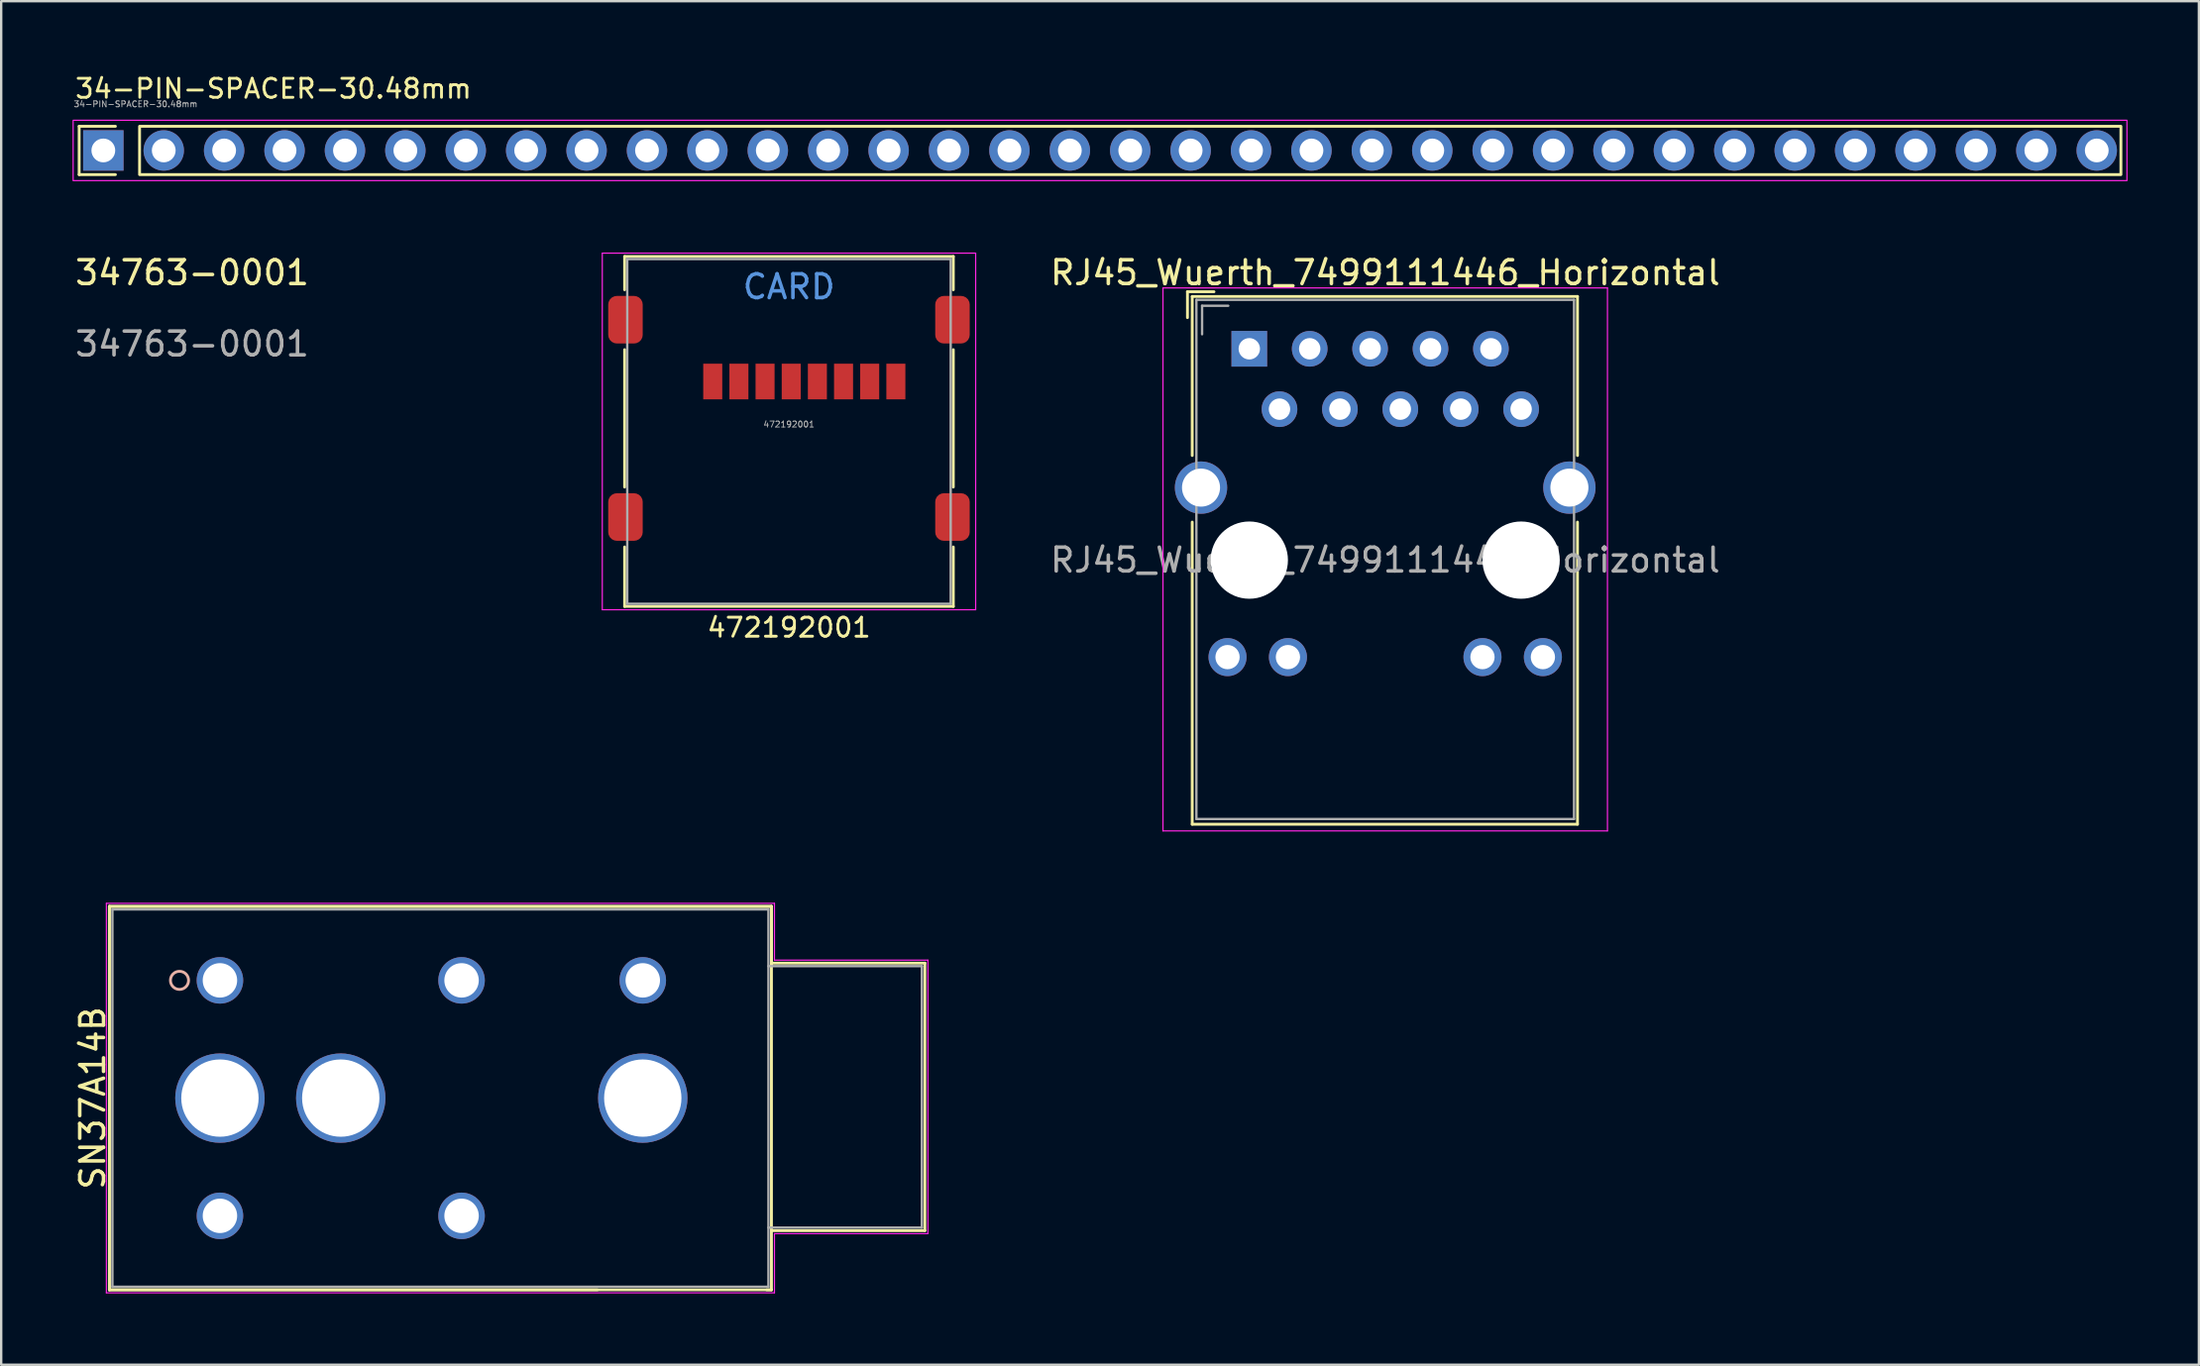
<source format=kicad_pcb>
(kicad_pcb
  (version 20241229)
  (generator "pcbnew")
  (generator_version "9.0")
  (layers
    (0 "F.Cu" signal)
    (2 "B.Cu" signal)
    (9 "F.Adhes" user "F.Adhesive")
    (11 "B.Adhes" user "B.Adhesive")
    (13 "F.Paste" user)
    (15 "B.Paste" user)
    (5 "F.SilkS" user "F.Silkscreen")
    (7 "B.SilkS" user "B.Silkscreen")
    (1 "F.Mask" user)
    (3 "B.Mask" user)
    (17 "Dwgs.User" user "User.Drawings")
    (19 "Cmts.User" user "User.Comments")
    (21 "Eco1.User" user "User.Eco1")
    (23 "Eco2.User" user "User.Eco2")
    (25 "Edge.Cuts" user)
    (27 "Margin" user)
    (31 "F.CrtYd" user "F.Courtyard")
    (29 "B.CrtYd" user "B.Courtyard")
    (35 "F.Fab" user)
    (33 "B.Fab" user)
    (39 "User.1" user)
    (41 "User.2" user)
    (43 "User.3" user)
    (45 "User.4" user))
  (footprint "472192001"
    (layer "F.Cu")
    (at 30.125 15.099)
    (property "Reference" "472192001" (at 0 8.25 0) (unlocked yes) (layer "F.SilkS") (effects (font (size 0.8 0.8) (thickness 0.12))))
    (attr smd)
    (fp_line (start -6.91 -7.36) (end -6.91 -5.96) (stroke (width 0.12) (type solid)) (layer "F.SilkS"))
    (fp_line (start -6.91 -7.36) (end 6.91 -7.36) (stroke (width 0.12) (type solid)) (layer "F.SilkS"))
    (fp_line (start -6.91 2.34) (end -6.91 -3.44) (stroke (width 0.12) (type solid)) (layer "F.SilkS"))
    (fp_line (start -6.91 4.86) (end -6.91 7.36) (stroke (width 0.12) (type solid)) (layer "F.SilkS"))
    (fp_line (start -6.91 7.36) (end 6.91 7.36) (stroke (width 0.12) (type solid)) (layer "F.SilkS"))
    (fp_line (start 6.91 -7.36) (end 6.91 -5.96) (stroke (width 0.12) (type solid)) (layer "F.SilkS"))
    (fp_line (start 6.91 -3.44) (end 6.91 2.34) (stroke (width 0.12) (type solid)) (layer "F.SilkS"))
    (fp_line (start 6.91 4.86) (end 6.91 7.36) (stroke (width 0.12) (type solid)) (layer "F.SilkS"))
    (fp_line (start -7.85 -7.5) (end -7.85 7.5) (stroke (width 0.05) (type solid)) (layer "F.CrtYd"))
    (fp_line (start -7.85 -7.5) (end 7.85 -7.5) (stroke (width 0.05) (type solid)) (layer "F.CrtYd"))
    (fp_line (start -7.85 7.5) (end 7.85 7.5) (stroke (width 0.05) (type solid)) (layer "F.CrtYd"))
    (fp_line (start 7.85 -7.5) (end 7.85 7.5) (stroke (width 0.05) (type solid)) (layer "F.CrtYd"))
    (fp_line (start -6.8 -7.25) (end 6.8 -7.25) (stroke (width 0.1) (type solid)) (layer "F.Fab"))
    (fp_line (start -6.8 7.25) (end -6.8 -7.25) (stroke (width 0.1) (type solid)) (layer "F.Fab"))
    (fp_line (start -6.8 7.25) (end 6.8 7.25) (stroke (width 0.1) (type solid)) (layer "F.Fab"))
    (fp_line (start 6.8 -7.25) (end 6.8 7.25) (stroke (width 0.1) (type solid)) (layer "F.Fab"))
    (fp_text user "CARD" (at 0 -5.5 0) (unlocked yes) (layer "Cmts.User") (effects (font (size 1 1) (thickness 0.15)) (justify bottom)))
    (fp_text user "${REFERENCE}" (at 0 -0.3 0) (unlocked yes) (layer "F.Fab") (effects (font (size 0.25 0.25) (thickness 0.04))))
    (pad "1" smd rect (at -3.205 -2.1) (size 0.8 1.5) (layers "F.Cu" "F.Mask" "F.Paste"))
    (pad "2" smd rect (at -2.105 -2.1) (size 0.8 1.5) (layers "F.Cu" "F.Mask" "F.Paste"))
    (pad "3" smd rect (at -1.005 -2.1) (size 0.8 1.5) (layers "F.Cu" "F.Mask" "F.Paste"))
    (pad "4" smd rect (at 0.095 -2.1) (size 0.8 1.5) (layers "F.Cu" "F.Mask" "F.Paste"))
    (pad "5" smd rect (at 1.195 -2.1) (size 0.8 1.5) (layers "F.Cu" "F.Mask" "F.Paste"))
    (pad "6" smd rect (at 2.295 -2.1) (size 0.8 1.5) (layers "F.Cu" "F.Mask" "F.Paste"))
    (pad "7" smd rect (at 3.395 -2.1) (size 0.8 1.5) (layers "F.Cu" "F.Mask" "F.Paste"))
    (pad "8" smd rect (at 4.495 -2.1) (size 0.8 1.5) (layers "F.Cu" "F.Mask" "F.Paste"))
    (pad "9" smd roundrect (at -6.875 -4.7) (size 1.45 2) (layers "F.Cu" "F.Mask" "F.Paste") (roundrect_rratio 0.25))
    (pad "9" smd roundrect (at -6.875 3.6) (size 1.45 2) (layers "F.Cu" "F.Mask" "F.Paste") (roundrect_rratio 0.25))
    (pad "9" smd roundrect (at 6.875 -4.7) (size 1.45 2) (layers "F.Cu" "F.Mask" "F.Paste") (roundrect_rratio 0.25))
    (pad "9" smd roundrect (at 6.875 3.6) (size 1.45 2) (layers "F.Cu" "F.Mask" "F.Paste") (roundrect_rratio 0.25)))
  (footprint "RJ45_Wuerth_7499111446_Horizontal"
    (layer "F.Cu")
    (at 49.481 11.622)
    (property "Reference" "RJ45_Wuerth_7499111446_Horizontal" (at 5.715 -3.2 180) (layer "F.SilkS") (effects (font (size 1 1) (thickness 0.15))))
    (attr through_hole)
    (fp_line (start -2.6 -2.4) (end -1.485 -2.4) (stroke (width 0.12) (type solid)) (layer "F.SilkS"))
    (fp_line (start -2.6 -1.31) (end -2.6 -2.4) (stroke (width 0.12) (type solid)) (layer "F.SilkS"))
    (fp_line (start -2.4 -2.2) (end -2.4 4.49) (stroke (width 0.12) (type solid)) (layer "F.SilkS"))
    (fp_line (start -2.4 7.29) (end -2.4 20) (stroke (width 0.12) (type solid)) (layer "F.SilkS"))
    (fp_line (start 13.8 -2.2) (end -2.4 -2.2) (stroke (width 0.12) (type solid)) (layer "F.SilkS"))
    (fp_line (start 13.8 4.49) (end 13.8 -2.2) (stroke (width 0.12) (type solid)) (layer "F.SilkS"))
    (fp_line (start 13.8 20) (end -2.4 20) (stroke (width 0.12) (type solid)) (layer "F.SilkS"))
    (fp_line (start 13.8 20) (end 13.8 7.29) (stroke (width 0.12) (type solid)) (layer "F.SilkS"))
    (fp_line (start -3.63 -2.56) (end 15.06 -2.56) (stroke (width 0.05) (type solid)) (layer "F.CrtYd"))
    (fp_line (start -3.63 20.28) (end -3.63 -2.56) (stroke (width 0.05) (type solid)) (layer "F.CrtYd"))
    (fp_line (start 15.06 -2.56) (end 15.06 20.28) (stroke (width 0.05) (type solid)) (layer "F.CrtYd"))
    (fp_line (start 15.06 20.28) (end -3.63 20.28) (stroke (width 0.05) (type solid)) (layer "F.CrtYd"))
    (fp_line (start -2.225 19.78) (end -2.225 -2.06) (stroke (width 0.1) (type solid)) (layer "F.Fab"))
    (fp_line (start -1.985 -1.81) (end -0.885 -1.81) (stroke (width 0.1) (type solid)) (layer "F.Fab"))
    (fp_line (start -1.985 -0.61) (end -1.985 -1.81) (stroke (width 0.1) (type solid)) (layer "F.Fab"))
    (fp_line (start 13.655 -2.06) (end -2.225 -2.06) (stroke (width 0.1) (type solid)) (layer "F.Fab"))
    (fp_line (start 13.655 19.78) (end -2.225 19.78) (stroke (width 0.1) (type solid)) (layer "F.Fab"))
    (fp_line (start 13.655 19.78) (end 13.655 -2.06) (stroke (width 0.1) (type solid)) (layer "F.Fab"))
    (fp_text user "${REFERENCE}" (at 5.715 8.89 180) (layer "F.Fab") (effects (font (size 1 1) (thickness 0.15))))
    (pad "" np_thru_hole circle (at 0 8.89 180) (size 3.25 3.25) (drill 3.25) (layers "*.Cu" "*.Mask"))
    (pad "" np_thru_hole circle (at 11.43 8.89 180) (size 3.25 3.25) (drill 3.25) (layers "*.Cu" "*.Mask"))
    (pad "1" thru_hole rect (at 0 0 180) (size 1.5 1.5) (drill 0.9) (layers "*.Cu" "*.Mask"))
    (pad "2" thru_hole circle (at 1.27 2.54 180) (size 1.5 1.5) (drill 0.9) (layers "*.Cu" "*.Mask"))
    (pad "3" thru_hole circle (at 2.54 0 180) (size 1.5 1.5) (drill 0.9) (layers "*.Cu" "*.Mask"))
    (pad "4" thru_hole circle (at 3.81 2.54 180) (size 1.5 1.5) (drill 0.9) (layers "*.Cu" "*.Mask"))
    (pad "5" thru_hole circle (at 5.08 0 180) (size 1.5 1.5) (drill 0.9) (layers "*.Cu" "*.Mask"))
    (pad "6" thru_hole circle (at 6.35 2.54 180) (size 1.5 1.5) (drill 0.9) (layers "*.Cu" "*.Mask"))
    (pad "7" thru_hole circle (at 7.62 0 180) (size 1.5 1.5) (drill 0.9) (layers "*.Cu" "*.Mask"))
    (pad "8" thru_hole circle (at 8.89 2.54 180) (size 1.5 1.5) (drill 0.9) (layers "*.Cu" "*.Mask"))
    (pad "9" thru_hole circle (at 10.16 0 180) (size 1.5 1.5) (drill 0.9) (layers "*.Cu" "*.Mask"))
    (pad "10" thru_hole circle (at 11.43 2.54 180) (size 1.5 1.5) (drill 0.9) (layers "*.Cu" "*.Mask"))
    (pad "11" thru_hole circle (at -0.915 12.97 180) (size 1.6 1.6) (drill 1.02) (layers "*.Cu" "*.Mask"))
    (pad "12" thru_hole circle (at 1.625 12.97 180) (size 1.6 1.6) (drill 1.02) (layers "*.Cu" "*.Mask"))
    (pad "13" thru_hole circle (at 9.805 12.97 180) (size 1.6 1.6) (drill 1.02) (layers "*.Cu" "*.Mask"))
    (pad "14" thru_hole circle (at 12.345 12.97 180) (size 1.6 1.6) (drill 1.02) (layers "*.Cu" "*.Mask"))
    (pad "SH" thru_hole circle (at -2.03 5.84 180) (size 2.2 2.2) (drill 1.6) (layers "*.Cu" "*.Mask"))
    (pad "SH" thru_hole circle (at 13.46 5.84 180) (size 2.2 2.2) (drill 1.6) (layers "*.Cu" "*.Mask")))
  (footprint "34763-0001"
    (layer "F.Cu")
    (at 19 19.677)
    (property "Reference" "34763-0001" (at -13.97 -11.255 0) (unlocked yes) (layer "F.SilkS") (effects (font (size 1 1) (thickness 0.15))))
    (attr through_hole)
    (fp_text user "${REFERENCE}" (at -13.97 -8.255 0) (unlocked yes) (layer "F.Fab") (effects (font (size 1 1) (thickness 0.15)))))
  (footprint "34-PIN-SPACER-30.48mm"
    (layer "F.Cu")
    (at 1.295 3.279)
    (property "Reference" "34-PIN-SPACER-30.48mm" (at -1.25 -2.6 0) (unlocked yes) (layer "F.SilkS") (effects (font (size 0.8 0.8) (thickness 0.12)) (justify left)))
    (attr through_hole)
    (fp_line (start -1.016 -1.016) (end 0.508 -1.016) (stroke (width 0.12) (type solid)) (layer "F.SilkS"))
    (fp_line (start -1.016 1.016) (end -1.016 -1.016) (stroke (width 0.12) (type solid)) (layer "F.SilkS"))
    (fp_line (start 0.508 1.016) (end -1.016 1.016) (stroke (width 0.12) (type solid)) (layer "F.SilkS"))
    (fp_rect (start 1.524 -1.016) (end 84.836 1.016) (stroke (width 0.12) (type solid)) (fill no) (layer "F.SilkS"))
    (fp_rect (start -1.27 -1.27) (end 85.09 1.27) (stroke (width 0.05) (type solid)) (fill no) (layer "F.CrtYd"))
    (fp_text user "${REFERENCE}" (at -1.27 -1.95 0) (unlocked yes) (layer "F.Fab") (effects (font (size 0.25 0.25) (thickness 0.04)) (justify left)))
    (pad "1" thru_hole rect (at 0 0) (size 1.7 1.7) (drill 1) (layers "*.Cu" "*.Mask"))
    (pad "2" thru_hole circle (at 2.54 0) (size 1.7 1.7) (drill 1) (layers "*.Cu" "*.Mask"))
    (pad "3" thru_hole circle (at 5.08 0) (size 1.7 1.7) (drill 1) (layers "*.Cu" "*.Mask"))
    (pad "4" thru_hole circle (at 7.62 0) (size 1.7 1.7) (drill 1) (layers "*.Cu" "*.Mask"))
    (pad "5" thru_hole circle (at 10.16 0) (size 1.7 1.7) (drill 1) (layers "*.Cu" "*.Mask"))
    (pad "6" thru_hole circle (at 12.7 0) (size 1.7 1.7) (drill 1) (layers "*.Cu" "*.Mask"))
    (pad "7" thru_hole circle (at 15.24 0) (size 1.7 1.7) (drill 1) (layers "*.Cu" "*.Mask"))
    (pad "8" thru_hole circle (at 17.78 0) (size 1.7 1.7) (drill 1) (layers "*.Cu" "*.Mask"))
    (pad "9" thru_hole circle (at 20.32 0) (size 1.7 1.7) (drill 1) (layers "*.Cu" "*.Mask"))
    (pad "10" thru_hole circle (at 22.86 0) (size 1.7 1.7) (drill 1) (layers "*.Cu" "*.Mask"))
    (pad "11" thru_hole circle (at 25.4 0) (size 1.7 1.7) (drill 1) (layers "*.Cu" "*.Mask"))
    (pad "12" thru_hole circle (at 27.94 0) (size 1.7 1.7) (drill 1) (layers "*.Cu" "*.Mask"))
    (pad "13" thru_hole circle (at 30.48 0) (size 1.7 1.7) (drill 1) (layers "*.Cu" "*.Mask"))
    (pad "14" thru_hole circle (at 33.02 0) (size 1.7 1.7) (drill 1) (layers "*.Cu" "*.Mask"))
    (pad "15" thru_hole circle (at 35.56 0) (size 1.7 1.7) (drill 1) (layers "*.Cu" "*.Mask"))
    (pad "16" thru_hole circle (at 38.1 0) (size 1.7 1.7) (drill 1) (layers "*.Cu" "*.Mask"))
    (pad "17" thru_hole circle (at 40.64 0) (size 1.7 1.7) (drill 1) (layers "*.Cu" "*.Mask"))
    (pad "18" thru_hole circle (at 43.18 0) (size 1.7 1.7) (drill 1) (layers "*.Cu" "*.Mask"))
    (pad "19" thru_hole circle (at 45.72 0) (size 1.7 1.7) (drill 1) (layers "*.Cu" "*.Mask"))
    (pad "20" thru_hole circle (at 48.26 0) (size 1.7 1.7) (drill 1) (layers "*.Cu" "*.Mask"))
    (pad "21" thru_hole circle (at 50.8 0) (size 1.7 1.7) (drill 1) (layers "*.Cu" "*.Mask"))
    (pad "22" thru_hole circle (at 53.34 0) (size 1.7 1.7) (drill 1) (layers "*.Cu" "*.Mask"))
    (pad "23" thru_hole circle (at 55.88 0) (size 1.7 1.7) (drill 1) (layers "*.Cu" "*.Mask"))
    (pad "24" thru_hole circle (at 58.42 0) (size 1.7 1.7) (drill 1) (layers "*.Cu" "*.Mask"))
    (pad "25" thru_hole circle (at 60.96 0) (size 1.7 1.7) (drill 1) (layers "*.Cu" "*.Mask"))
    (pad "26" thru_hole circle (at 63.5 0) (size 1.7 1.7) (drill 1) (layers "*.Cu" "*.Mask"))
    (pad "27" thru_hole circle (at 66.04 0) (size 1.7 1.7) (drill 1) (layers "*.Cu" "*.Mask"))
    (pad "28" thru_hole circle (at 68.58 0) (size 1.7 1.7) (drill 1) (layers "*.Cu" "*.Mask"))
    (pad "29" thru_hole circle (at 71.12 0) (size 1.7 1.7) (drill 1) (layers "*.Cu" "*.Mask"))
    (pad "30" thru_hole circle (at 73.66 0) (size 1.7 1.7) (drill 1) (layers "*.Cu" "*.Mask"))
    (pad "31" thru_hole circle (at 76.2 0) (size 1.7 1.7) (drill 1) (layers "*.Cu" "*.Mask"))
    (pad "32" thru_hole circle (at 78.74 0) (size 1.7 1.7) (drill 1) (layers "*.Cu" "*.Mask"))
    (pad "33" thru_hole circle (at 81.28 0) (size 1.7 1.7) (drill 1) (layers "*.Cu" "*.Mask"))
    (pad "34" thru_hole circle (at 83.82 0) (size 1.7 1.7) (drill 1) (layers "*.Cu" "*.Mask")))
  (footprint "SN37A14B"
    (layer "F.Cu")
    (at 6.198 38.19)
    (property "Reference" "SN37A14B" (at -5.35 4.95 90) (layer "F.SilkS") (effects (font (size 1 1) (thickness 0.15))))
    (attr through_hole)
    (fp_line (start -4.648 -3.111) (end -4.648 13.018) (stroke (width 0.12) (type solid)) (layer "F.SilkS"))
    (fp_line (start -4.648 -3.111) (end 23.19 -3.111) (stroke (width 0.12) (type solid)) (layer "F.SilkS"))
    (fp_line (start -4.648 13.018) (end -4.648 -3.111) (stroke (width 0.12) (type solid)) (layer "F.SilkS"))
    (fp_line (start -4.648 13.018) (end 15.872 13.018) (stroke (width 0.12) (type solid)) (layer "F.SilkS"))
    (fp_line (start 22.99 13.018) (end 23.19 13.018) (stroke (width 0.12) (type solid)) (layer "F.SilkS"))
    (fp_line (start 23.19 -3.111) (end -4.648 -3.111) (stroke (width 0.12) (type solid)) (layer "F.SilkS"))
    (fp_line (start 23.19 -3.111) (end 23.19 -0.724) (stroke (width 0.12) (type solid)) (layer "F.SilkS"))
    (fp_line (start 23.19 -0.724) (end 29.642 -0.724) (stroke (width 0.12) (type solid)) (layer "F.SilkS"))
    (fp_line (start 23.19 13.018) (end -4.648 13.018) (stroke (width 0.12) (type solid)) (layer "F.SilkS"))
    (fp_line (start 23.19 13.018) (end 23.19 -3.111) (stroke (width 0.12) (type solid)) (layer "F.SilkS"))
    (fp_line (start 29.642 -0.724) (end 29.642 10.528) (stroke (width 0.12) (type solid)) (layer "F.SilkS"))
    (fp_line (start 29.642 10.528) (end 23.2 10.528) (stroke (width 0.12) (type solid)) (layer "F.SilkS"))
    (fp_circle (center -1.7 0) (end -1.319 0) (stroke (width 0.12) (type solid)) (fill no) (layer "B.SilkS"))
    (fp_line (start -4.775 -3.239) (end -4.775 13.145) (stroke (width 0.05) (type solid)) (layer "F.CrtYd"))
    (fp_line (start -4.775 13.145) (end 23.317 13.145) (stroke (width 0.05) (type solid)) (layer "F.CrtYd"))
    (fp_line (start 23.317 -3.239) (end -4.775 -3.239) (stroke (width 0.05) (type solid)) (layer "F.CrtYd"))
    (fp_line (start 23.317 -0.851) (end 23.317 -3.239) (stroke (width 0.05) (type solid)) (layer "F.CrtYd"))
    (fp_line (start 23.317 10.655) (end 29.769 10.655) (stroke (width 0.05) (type solid)) (layer "F.CrtYd"))
    (fp_line (start 23.317 13.145) (end 23.317 10.655) (stroke (width 0.05) (type solid)) (layer "F.CrtYd"))
    (fp_line (start 29.769 -0.851) (end 23.317 -0.851) (stroke (width 0.05) (type solid)) (layer "F.CrtYd"))
    (fp_line (start 29.769 10.655) (end 29.769 -0.851) (stroke (width 0.05) (type solid)) (layer "F.CrtYd"))
    (fp_line (start -4.521 -2.985) (end -4.521 12.89) (stroke (width 0.1) (type solid)) (layer "F.Fab"))
    (fp_line (start -4.521 12.89) (end 23.063 12.89) (stroke (width 0.1) (type solid)) (layer "F.Fab"))
    (fp_line (start 23.063 -2.985) (end -4.521 -2.985) (stroke (width 0.1) (type solid)) (layer "F.Fab"))
    (fp_line (start 23.063 12.89) (end 23.063 -2.985) (stroke (width 0.1) (type solid)) (layer "F.Fab"))
    (fp_line (start 29.515 -0.597) (end 23.063 -0.597) (stroke (width 0.1) (type solid)) (layer "F.Fab"))
    (fp_line (start 29.515 -0.597) (end 29.515 10.401) (stroke (width 0.1) (type solid)) (layer "F.Fab"))
    (fp_line (start 29.515 10.401) (end 23.063 10.401) (stroke (width 0.1) (type solid)) (layer "F.Fab"))
    (pad "1" thru_hole circle (at 0 0) (size 1.956 1.956) (drill 1.448) (layers "*.Cu" "*.Mask"))
    (pad "2" thru_hole circle (at 10.16 0) (size 1.956 1.956) (drill 1.448) (layers "*.Cu" "*.Mask"))
    (pad "3" thru_hole circle (at 17.78 0) (size 1.956 1.956) (drill 1.448) (layers "*.Cu" "*.Mask"))
    (pad "4" thru_hole circle (at 0 9.906) (size 1.956 1.956) (drill 1.448) (layers "*.Cu" "*.Mask"))
    (pad "5" thru_hole circle (at 10.16 9.906) (size 1.956 1.956) (drill 1.448) (layers "*.Cu" "*.Mask"))
    (pad "6" thru_hole circle (at 0 4.953) (size 3.759 3.759) (drill 3.251) (layers "*.Cu" "*.Mask"))
    (pad "7" thru_hole circle (at 5.08 4.953) (size 3.759 3.759) (drill 3.251) (layers "*.Cu" "*.Mask"))
    (pad "8" thru_hole circle (at 17.78 4.953) (size 3.759 3.759) (drill 3.251) (layers "*.Cu" "*.Mask")))
  (gr_rect
    (start -3 -3)
    (end 89.41 54.36)
    (stroke (width 0.1) (type default))
    (fill no)
    (layer "Edge.Cuts")))
</source>
